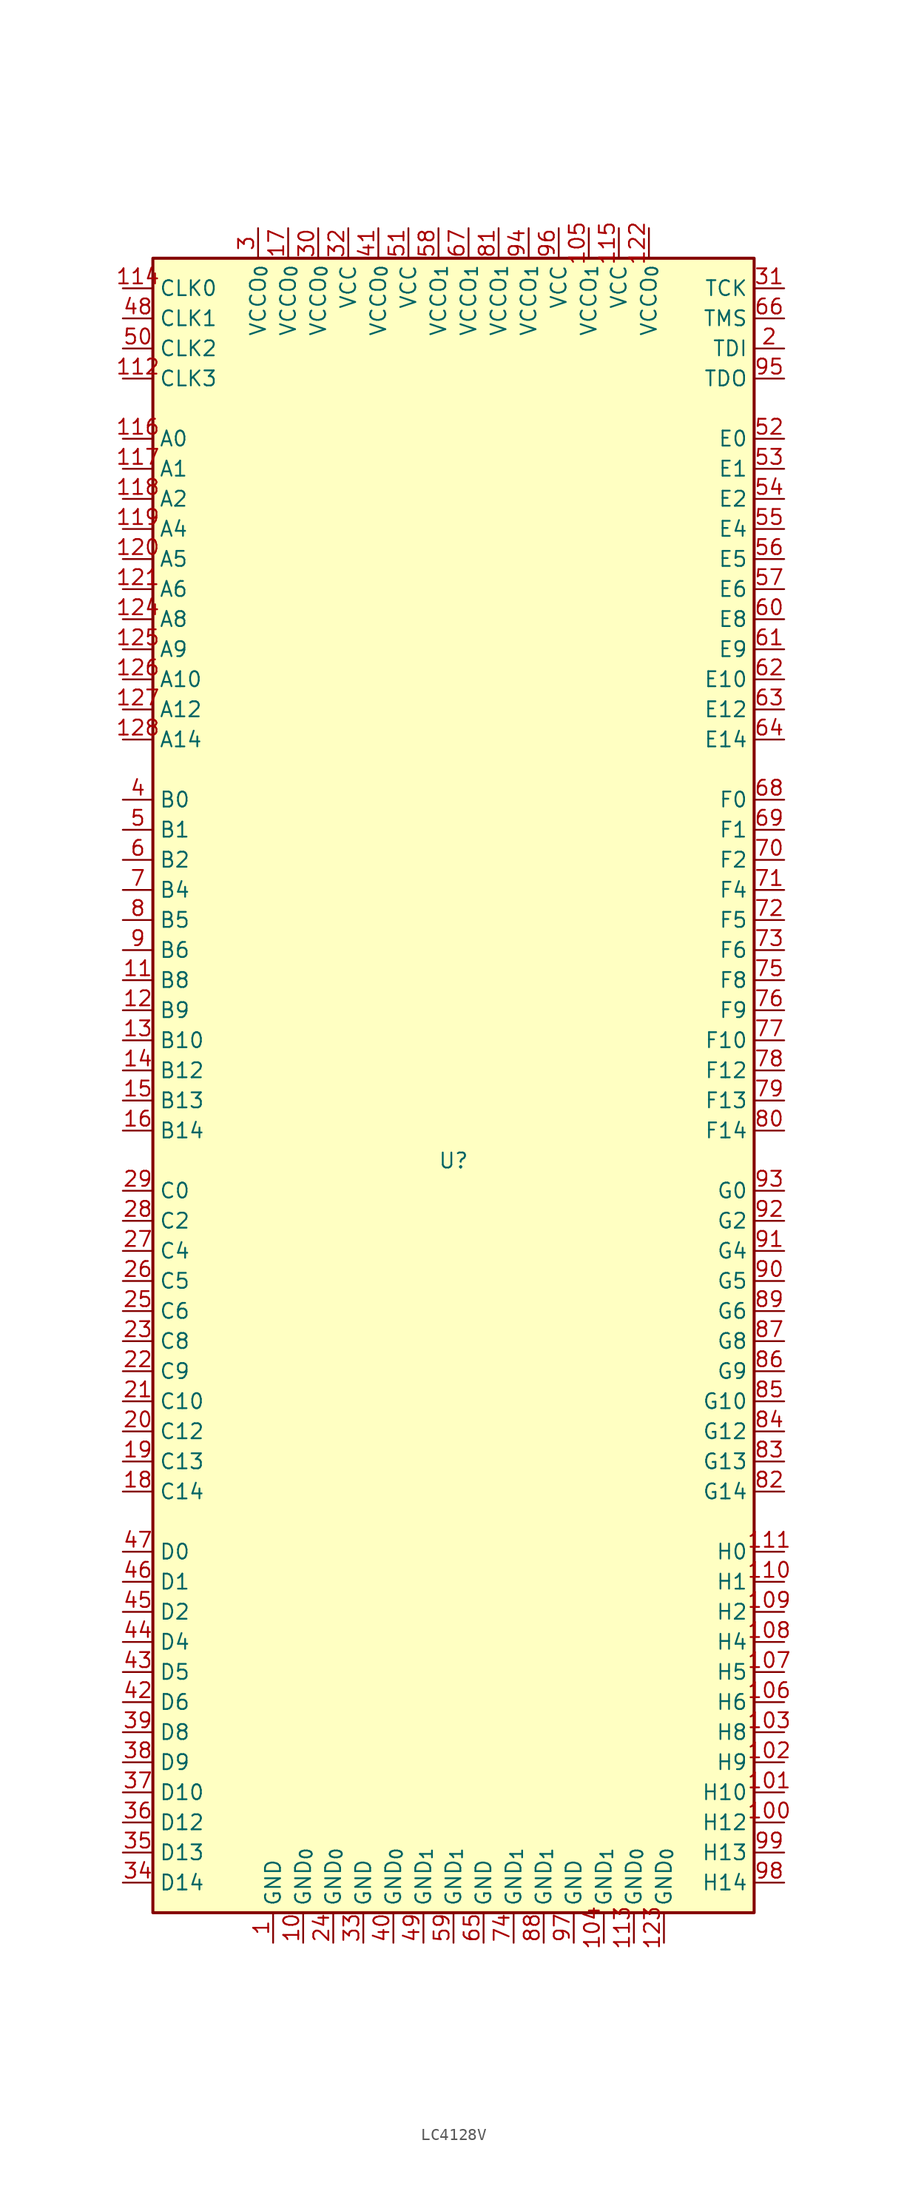
<source format=kicad_sym>
(kicad_symbol_lib
  (version 20241209)
  (generator "kicad_symbol_editor")
  (generator_version "9.0")
  (symbol "LC4128V"
    (property "Reference" "U"
      (at 0 0 0)
      (effects (font (size 1.27 1.27))))
    (property "Value" ""
      (at 0 0 0)
      (effects (font (size 1.27 1.27))))
    (symbol "LC4128V_1_1"
      (rectangle (start -25.4 76.2) (end 25.4 -63.5) (stroke (width 0.254) (type solid)) (fill (type background)))
      (pin input line (at -27.94 73.66 0) (length 2.54) (name "CLK0" (effects (font (size 1.27 1.27)))) (number "114" (effects (font (size 1.27 1.27)))))
      (pin input line (at -27.94 71.12 0) (length 2.54) (name "CLK1" (effects (font (size 1.27 1.27)))) (number "48" (effects (font (size 1.27 1.27)))))
      (pin input line (at -27.94 68.58 0) (length 2.54) (name "CLK2" (effects (font (size 1.27 1.27)))) (number "50" (effects (font (size 1.27 1.27)))))
      (pin input line (at -27.94 66.04 0) (length 2.54) (name "CLK3" (effects (font (size 1.27 1.27)))) (number "112" (effects (font (size 1.27 1.27)))))
      (pin bidirectional line (at -27.94 60.96 0) (length 2.54) (name "A0" (effects (font (size 1.27 1.27)))) (number "116" (effects (font (size 1.27 1.27)))))
      (pin bidirectional line (at -27.94 58.42 0) (length 2.54) (name "A1" (effects (font (size 1.27 1.27)))) (number "117" (effects (font (size 1.27 1.27)))))
      (pin bidirectional line (at -27.94 55.88 0) (length 2.54) (name "A2" (effects (font (size 1.27 1.27)))) (number "118" (effects (font (size 1.27 1.27)))))
      (pin bidirectional line (at -27.94 53.34 0) (length 2.54) (name "A4" (effects (font (size 1.27 1.27)))) (number "119" (effects (font (size 1.27 1.27)))))
      (pin bidirectional line (at -27.94 50.8 0) (length 2.54) (name "A5" (effects (font (size 1.27 1.27)))) (number "120" (effects (font (size 1.27 1.27)))))
      (pin bidirectional line (at -27.94 48.26 0) (length 2.54) (name "A6" (effects (font (size 1.27 1.27)))) (number "121" (effects (font (size 1.27 1.27)))))
      (pin bidirectional line (at -27.94 45.72 0) (length 2.54) (name "A8" (effects (font (size 1.27 1.27)))) (number "124" (effects (font (size 1.27 1.27)))))
      (pin bidirectional line (at -27.94 43.18 0) (length 2.54) (name "A9" (effects (font (size 1.27 1.27)))) (number "125" (effects (font (size 1.27 1.27)))))
      (pin bidirectional line (at -27.94 40.64 0) (length 2.54) (name "A10" (effects (font (size 1.27 1.27)))) (number "126" (effects (font (size 1.27 1.27)))))
      (pin bidirectional line (at -27.94 38.1 0) (length 2.54) (name "A12" (effects (font (size 1.27 1.27)))) (number "127" (effects (font (size 1.27 1.27)))))
      (pin bidirectional line (at -27.94 35.56 0) (length 2.54) (name "A14" (effects (font (size 1.27 1.27)))) (number "128" (effects (font (size 1.27 1.27)))))
      (pin bidirectional line (at -27.94 30.48 0) (length 2.54) (name "B0" (effects (font (size 1.27 1.27)))) (number "4" (effects (font (size 1.27 1.27)))))
      (pin bidirectional line (at -27.94 27.94 0) (length 2.54) (name "B1" (effects (font (size 1.27 1.27)))) (number "5" (effects (font (size 1.27 1.27)))))
      (pin bidirectional line (at -27.94 25.4 0) (length 2.54) (name "B2" (effects (font (size 1.27 1.27)))) (number "6" (effects (font (size 1.27 1.27)))))
      (pin bidirectional line (at -27.94 22.86 0) (length 2.54) (name "B4" (effects (font (size 1.27 1.27)))) (number "7" (effects (font (size 1.27 1.27)))))
      (pin bidirectional line (at -27.94 20.32 0) (length 2.54) (name "B5" (effects (font (size 1.27 1.27)))) (number "8" (effects (font (size 1.27 1.27)))))
      (pin bidirectional line (at -27.94 17.78 0) (length 2.54) (name "B6" (effects (font (size 1.27 1.27)))) (number "9" (effects (font (size 1.27 1.27)))))
      (pin bidirectional line (at -27.94 15.24 0) (length 2.54) (name "B8" (effects (font (size 1.27 1.27)))) (number "11" (effects (font (size 1.27 1.27)))))
      (pin bidirectional line (at -27.94 12.7 0) (length 2.54) (name "B9" (effects (font (size 1.27 1.27)))) (number "12" (effects (font (size 1.27 1.27)))))
      (pin bidirectional line (at -27.94 10.16 0) (length 2.54) (name "B10" (effects (font (size 1.27 1.27)))) (number "13" (effects (font (size 1.27 1.27)))))
      (pin bidirectional line (at -27.94 7.62 0) (length 2.54) (name "B12" (effects (font (size 1.27 1.27)))) (number "14" (effects (font (size 1.27 1.27)))))
      (pin bidirectional line (at -27.94 5.08 0) (length 2.54) (name "B13" (effects (font (size 1.27 1.27)))) (number "15" (effects (font (size 1.27 1.27)))))
      (pin bidirectional line (at -27.94 2.54 0) (length 2.54) (name "B14" (effects (font (size 1.27 1.27)))) (number "16" (effects (font (size 1.27 1.27)))))
      (pin bidirectional line (at -27.94 -2.54 0) (length 2.54) (name "C0" (effects (font (size 1.27 1.27)))) (number "29" (effects (font (size 1.27 1.27)))))
      (pin bidirectional line (at -27.94 -5.08 0) (length 2.54) (name "C2" (effects (font (size 1.27 1.27)))) (number "28" (effects (font (size 1.27 1.27)))))
      (pin bidirectional line (at -27.94 -7.62 0) (length 2.54) (name "C4" (effects (font (size 1.27 1.27)))) (number "27" (effects (font (size 1.27 1.27)))))
      (pin bidirectional line (at -27.94 -10.16 0) (length 2.54) (name "C5" (effects (font (size 1.27 1.27)))) (number "26" (effects (font (size 1.27 1.27)))))
      (pin bidirectional line (at -27.94 -12.7 0) (length 2.54) (name "C6" (effects (font (size 1.27 1.27)))) (number "25" (effects (font (size 1.27 1.27)))))
      (pin bidirectional line (at -27.94 -15.24 0) (length 2.54) (name "C8" (effects (font (size 1.27 1.27)))) (number "23" (effects (font (size 1.27 1.27)))))
      (pin bidirectional line (at -27.94 -17.78 0) (length 2.54) (name "C9" (effects (font (size 1.27 1.27)))) (number "22" (effects (font (size 1.27 1.27)))))
      (pin bidirectional line (at -27.94 -20.32 0) (length 2.54) (name "C10" (effects (font (size 1.27 1.27)))) (number "21" (effects (font (size 1.27 1.27)))))
      (pin bidirectional line (at -27.94 -22.86 0) (length 2.54) (name "C12" (effects (font (size 1.27 1.27)))) (number "20" (effects (font (size 1.27 1.27)))))
      (pin bidirectional line (at -27.94 -25.4 0) (length 2.54) (name "C13" (effects (font (size 1.27 1.27)))) (number "19" (effects (font (size 1.27 1.27)))))
      (pin bidirectional line (at -27.94 -27.94 0) (length 2.54) (name "C14" (effects (font (size 1.27 1.27)))) (number "18" (effects (font (size 1.27 1.27)))))
      (pin bidirectional line (at -27.94 -33.02 0) (length 2.54) (name "D0" (effects (font (size 1.27 1.27)))) (number "47" (effects (font (size 1.27 1.27)))))
      (pin bidirectional line (at -27.94 -35.56 0) (length 2.54) (name "D1" (effects (font (size 1.27 1.27)))) (number "46" (effects (font (size 1.27 1.27)))))
      (pin bidirectional line (at -27.94 -38.1 0) (length 2.54) (name "D2" (effects (font (size 1.27 1.27)))) (number "45" (effects (font (size 1.27 1.27)))))
      (pin bidirectional line (at -27.94 -40.64 0) (length 2.54) (name "D4" (effects (font (size 1.27 1.27)))) (number "44" (effects (font (size 1.27 1.27)))))
      (pin bidirectional line (at -27.94 -43.18 0) (length 2.54) (name "D5" (effects (font (size 1.27 1.27)))) (number "43" (effects (font (size 1.27 1.27)))))
      (pin bidirectional line (at -27.94 -45.72 0) (length 2.54) (name "D6" (effects (font (size 1.27 1.27)))) (number "42" (effects (font (size 1.27 1.27)))))
      (pin bidirectional line (at -27.94 -48.26 0) (length 2.54) (name "D8" (effects (font (size 1.27 1.27)))) (number "39" (effects (font (size 1.27 1.27)))))
      (pin bidirectional line (at -27.94 -50.8 0) (length 2.54) (name "D9" (effects (font (size 1.27 1.27)))) (number "38" (effects (font (size 1.27 1.27)))))
      (pin bidirectional line (at -27.94 -53.34 0) (length 2.54) (name "D10" (effects (font (size 1.27 1.27)))) (number "37" (effects (font (size 1.27 1.27)))))
      (pin bidirectional line (at -27.94 -55.88 0) (length 2.54) (name "D12" (effects (font (size 1.27 1.27)))) (number "36" (effects (font (size 1.27 1.27)))))
      (pin bidirectional line (at -27.94 -58.42 0) (length 2.54) (name "D13" (effects (font (size 1.27 1.27)))) (number "35" (effects (font (size 1.27 1.27)))))
      (pin bidirectional line (at -27.94 -60.96 0) (length 2.54) (name "D14" (effects (font (size 1.27 1.27)))) (number "34" (effects (font (size 1.27 1.27)))))
      (pin power_in line (at -16.51 78.74 270) (length 2.54) (name "VCCO_{0}" (effects (font (size 1.27 1.27)))) (number "3" (effects (font (size 1.27 1.27)))))
      (pin power_in line (at -15.24 -66.04 90) (length 2.54) (name "GND" (effects (font (size 1.27 1.27)))) (number "1" (effects (font (size 1.27 1.27)))))
      (pin power_in line (at -13.97 78.74 270) (length 2.54) (name "VCCO_{0}" (effects (font (size 1.27 1.27)))) (number "17" (effects (font (size 1.27 1.27)))))
      (pin power_in line (at -12.7 -66.04 90) (length 2.54) (name "GND_{0}" (effects (font (size 1.27 1.27)))) (number "10" (effects (font (size 1.27 1.27)))))
      (pin power_in line (at -11.43 78.74 270) (length 2.54) (name "VCCO_{0}" (effects (font (size 1.27 1.27)))) (number "30" (effects (font (size 1.27 1.27)))))
      (pin power_in line (at -10.16 -66.04 90) (length 2.54) (name "GND_{0}" (effects (font (size 1.27 1.27)))) (number "24" (effects (font (size 1.27 1.27)))))
      (pin power_in line (at -8.89 78.74 270) (length 2.54) (name "VCC" (effects (font (size 1.27 1.27)))) (number "32" (effects (font (size 1.27 1.27)))))
      (pin power_in line (at -7.62 -66.04 90) (length 2.54) (name "GND" (effects (font (size 1.27 1.27)))) (number "33" (effects (font (size 1.27 1.27)))))
      (pin power_in line (at -6.35 78.74 270) (length 2.54) (name "VCCO_{0}" (effects (font (size 1.27 1.27)))) (number "41" (effects (font (size 1.27 1.27)))))
      (pin power_in line (at -5.08 -66.04 90) (length 2.54) (name "GND_{0}" (effects (font (size 1.27 1.27)))) (number "40" (effects (font (size 1.27 1.27)))))
      (pin power_in line (at -3.81 78.74 270) (length 2.54) (name "VCC" (effects (font (size 1.27 1.27)))) (number "51" (effects (font (size 1.27 1.27)))))
      (pin power_in line (at -2.54 -66.04 90) (length 2.54) (name "GND_{1}" (effects (font (size 1.27 1.27)))) (number "49" (effects (font (size 1.27 1.27)))))
      (pin power_in line (at -1.27 78.74 270) (length 2.54) (name "VCCO_{1}" (effects (font (size 1.27 1.27)))) (number "58" (effects (font (size 1.27 1.27)))))
      (pin power_in line (at 0 -66.04 90) (length 2.54) (name "GND_{1}" (effects (font (size 1.27 1.27)))) (number "59" (effects (font (size 1.27 1.27)))))
      (pin power_in line (at 1.27 78.74 270) (length 2.54) (name "VCCO_{1}" (effects (font (size 1.27 1.27)))) (number "67" (effects (font (size 1.27 1.27)))))
      (pin power_in line (at 2.54 -66.04 90) (length 2.54) (name "GND" (effects (font (size 1.27 1.27)))) (number "65" (effects (font (size 1.27 1.27)))))
      (pin power_in line (at 3.81 78.74 270) (length 2.54) (name "VCCO_{1}" (effects (font (size 1.27 1.27)))) (number "81" (effects (font (size 1.27 1.27)))))
      (pin power_in line (at 5.08 -66.04 90) (length 2.54) (name "GND_{1}" (effects (font (size 1.27 1.27)))) (number "74" (effects (font (size 1.27 1.27)))))
      (pin power_in line (at 6.35 78.74 270) (length 2.54) (name "VCCO_{1}" (effects (font (size 1.27 1.27)))) (number "94" (effects (font (size 1.27 1.27)))))
      (pin power_in line (at 7.62 -66.04 90) (length 2.54) (name "GND_{1}" (effects (font (size 1.27 1.27)))) (number "88" (effects (font (size 1.27 1.27)))))
      (pin power_in line (at 8.89 78.74 270) (length 2.54) (name "VCC" (effects (font (size 1.27 1.27)))) (number "96" (effects (font (size 1.27 1.27)))))
      (pin power_in line (at 10.16 -66.04 90) (length 2.54) (name "GND" (effects (font (size 1.27 1.27)))) (number "97" (effects (font (size 1.27 1.27)))))
      (pin power_in line (at 11.43 78.74 270) (length 2.54) (name "VCCO_{1}" (effects (font (size 1.27 1.27)))) (number "105" (effects (font (size 1.27 1.27)))))
      (pin power_in line (at 12.7 -66.04 90) (length 2.54) (name "GND_{1}" (effects (font (size 1.27 1.27)))) (number "104" (effects (font (size 1.27 1.27)))))
      (pin power_in line (at 13.97 78.74 270) (length 2.54) (name "VCC" (effects (font (size 1.27 1.27)))) (number "115" (effects (font (size 1.27 1.27)))))
      (pin power_in line (at 15.24 -66.04 90) (length 2.54) (name "GND_{0}" (effects (font (size 1.27 1.27)))) (number "113" (effects (font (size 1.27 1.27)))))
      (pin power_in line (at 16.51 78.74 270) (length 2.54) (name "VCCO_{0}" (effects (font (size 1.27 1.27)))) (number "122" (effects (font (size 1.27 1.27)))))
      (pin power_in line (at 17.78 -66.04 90) (length 2.54) (name "GND_{0}" (effects (font (size 1.27 1.27)))) (number "123" (effects (font (size 1.27 1.27)))))
      (pin input line (at 27.94 73.66 180) (length 2.54) (name "TCK" (effects (font (size 1.27 1.27)))) (number "31" (effects (font (size 1.27 1.27)))))
      (pin input line (at 27.94 71.12 180) (length 2.54) (name "TMS" (effects (font (size 1.27 1.27)))) (number "66" (effects (font (size 1.27 1.27)))))
      (pin input line (at 27.94 68.58 180) (length 2.54) (name "TDI" (effects (font (size 1.27 1.27)))) (number "2" (effects (font (size 1.27 1.27)))))
      (pin output line (at 27.94 66.04 180) (length 2.54) (name "TDO" (effects (font (size 1.27 1.27)))) (number "95" (effects (font (size 1.27 1.27)))))
      (pin bidirectional line (at 27.94 60.96 180) (length 2.54) (name "E0" (effects (font (size 1.27 1.27)))) (number "52" (effects (font (size 1.27 1.27)))))
      (pin bidirectional line (at 27.94 58.42 180) (length 2.54) (name "E1" (effects (font (size 1.27 1.27)))) (number "53" (effects (font (size 1.27 1.27)))))
      (pin bidirectional line (at 27.94 55.88 180) (length 2.54) (name "E2" (effects (font (size 1.27 1.27)))) (number "54" (effects (font (size 1.27 1.27)))))
      (pin bidirectional line (at 27.94 53.34 180) (length 2.54) (name "E4" (effects (font (size 1.27 1.27)))) (number "55" (effects (font (size 1.27 1.27)))))
      (pin bidirectional line (at 27.94 50.8 180) (length 2.54) (name "E5" (effects (font (size 1.27 1.27)))) (number "56" (effects (font (size 1.27 1.27)))))
      (pin bidirectional line (at 27.94 48.26 180) (length 2.54) (name "E6" (effects (font (size 1.27 1.27)))) (number "57" (effects (font (size 1.27 1.27)))))
      (pin bidirectional line (at 27.94 45.72 180) (length 2.54) (name "E8" (effects (font (size 1.27 1.27)))) (number "60" (effects (font (size 1.27 1.27)))))
      (pin bidirectional line (at 27.94 43.18 180) (length 2.54) (name "E9" (effects (font (size 1.27 1.27)))) (number "61" (effects (font (size 1.27 1.27)))))
      (pin bidirectional line (at 27.94 40.64 180) (length 2.54) (name "E10" (effects (font (size 1.27 1.27)))) (number "62" (effects (font (size 1.27 1.27)))))
      (pin bidirectional line (at 27.94 38.1 180) (length 2.54) (name "E12" (effects (font (size 1.27 1.27)))) (number "63" (effects (font (size 1.27 1.27)))))
      (pin bidirectional line (at 27.94 35.56 180) (length 2.54) (name "E14" (effects (font (size 1.27 1.27)))) (number "64" (effects (font (size 1.27 1.27)))))
      (pin bidirectional line (at 27.94 30.48 180) (length 2.54) (name "F0" (effects (font (size 1.27 1.27)))) (number "68" (effects (font (size 1.27 1.27)))))
      (pin bidirectional line (at 27.94 27.94 180) (length 2.54) (name "F1" (effects (font (size 1.27 1.27)))) (number "69" (effects (font (size 1.27 1.27)))))
      (pin bidirectional line (at 27.94 25.4 180) (length 2.54) (name "F2" (effects (font (size 1.27 1.27)))) (number "70" (effects (font (size 1.27 1.27)))))
      (pin bidirectional line (at 27.94 22.86 180) (length 2.54) (name "F4" (effects (font (size 1.27 1.27)))) (number "71" (effects (font (size 1.27 1.27)))))
      (pin bidirectional line (at 27.94 20.32 180) (length 2.54) (name "F5" (effects (font (size 1.27 1.27)))) (number "72" (effects (font (size 1.27 1.27)))))
      (pin bidirectional line (at 27.94 17.78 180) (length 2.54) (name "F6" (effects (font (size 1.27 1.27)))) (number "73" (effects (font (size 1.27 1.27)))))
      (pin bidirectional line (at 27.94 15.24 180) (length 2.54) (name "F8" (effects (font (size 1.27 1.27)))) (number "75" (effects (font (size 1.27 1.27)))))
      (pin bidirectional line (at 27.94 12.7 180) (length 2.54) (name "F9" (effects (font (size 1.27 1.27)))) (number "76" (effects (font (size 1.27 1.27)))))
      (pin bidirectional line (at 27.94 10.16 180) (length 2.54) (name "F10" (effects (font (size 1.27 1.27)))) (number "77" (effects (font (size 1.27 1.27)))))
      (pin bidirectional line (at 27.94 7.62 180) (length 2.54) (name "F12" (effects (font (size 1.27 1.27)))) (number "78" (effects (font (size 1.27 1.27)))))
      (pin bidirectional line (at 27.94 5.08 180) (length 2.54) (name "F13" (effects (font (size 1.27 1.27)))) (number "79" (effects (font (size 1.27 1.27)))))
      (pin bidirectional line (at 27.94 2.54 180) (length 2.54) (name "F14" (effects (font (size 1.27 1.27)))) (number "80" (effects (font (size 1.27 1.27)))))
      (pin bidirectional line (at 27.94 -2.54 180) (length 2.54) (name "G0" (effects (font (size 1.27 1.27)))) (number "93" (effects (font (size 1.27 1.27)))))
      (pin bidirectional line (at 27.94 -5.08 180) (length 2.54) (name "G2" (effects (font (size 1.27 1.27)))) (number "92" (effects (font (size 1.27 1.27)))))
      (pin bidirectional line (at 27.94 -7.62 180) (length 2.54) (name "G4" (effects (font (size 1.27 1.27)))) (number "91" (effects (font (size 1.27 1.27)))))
      (pin bidirectional line (at 27.94 -10.16 180) (length 2.54) (name "G5" (effects (font (size 1.27 1.27)))) (number "90" (effects (font (size 1.27 1.27)))))
      (pin bidirectional line (at 27.94 -12.7 180) (length 2.54) (name "G6" (effects (font (size 1.27 1.27)))) (number "89" (effects (font (size 1.27 1.27)))))
      (pin bidirectional line (at 27.94 -15.24 180) (length 2.54) (name "G8" (effects (font (size 1.27 1.27)))) (number "87" (effects (font (size 1.27 1.27)))))
      (pin bidirectional line (at 27.94 -17.78 180) (length 2.54) (name "G9" (effects (font (size 1.27 1.27)))) (number "86" (effects (font (size 1.27 1.27)))))
      (pin bidirectional line (at 27.94 -20.32 180) (length 2.54) (name "G10" (effects (font (size 1.27 1.27)))) (number "85" (effects (font (size 1.27 1.27)))))
      (pin bidirectional line (at 27.94 -22.86 180) (length 2.54) (name "G12" (effects (font (size 1.27 1.27)))) (number "84" (effects (font (size 1.27 1.27)))))
      (pin bidirectional line (at 27.94 -25.4 180) (length 2.54) (name "G13" (effects (font (size 1.27 1.27)))) (number "83" (effects (font (size 1.27 1.27)))))
      (pin bidirectional line (at 27.94 -27.94 180) (length 2.54) (name "G14" (effects (font (size 1.27 1.27)))) (number "82" (effects (font (size 1.27 1.27)))))
      (pin bidirectional line (at 27.94 -33.02 180) (length 2.54) (name "H0" (effects (font (size 1.27 1.27)))) (number "111" (effects (font (size 1.27 1.27)))))
      (pin bidirectional line (at 27.94 -35.56 180) (length 2.54) (name "H1" (effects (font (size 1.27 1.27)))) (number "110" (effects (font (size 1.27 1.27)))))
      (pin bidirectional line (at 27.94 -38.1 180) (length 2.54) (name "H2" (effects (font (size 1.27 1.27)))) (number "109" (effects (font (size 1.27 1.27)))))
      (pin bidirectional line (at 27.94 -40.64 180) (length 2.54) (name "H4" (effects (font (size 1.27 1.27)))) (number "108" (effects (font (size 1.27 1.27)))))
      (pin bidirectional line (at 27.94 -43.18 180) (length 2.54) (name "H5" (effects (font (size 1.27 1.27)))) (number "107" (effects (font (size 1.27 1.27)))))
      (pin bidirectional line (at 27.94 -45.72 180) (length 2.54) (name "H6" (effects (font (size 1.27 1.27)))) (number "106" (effects (font (size 1.27 1.27)))))
      (pin bidirectional line (at 27.94 -48.26 180) (length 2.54) (name "H8" (effects (font (size 1.27 1.27)))) (number "103" (effects (font (size 1.27 1.27)))))
      (pin bidirectional line (at 27.94 -50.8 180) (length 2.54) (name "H9" (effects (font (size 1.27 1.27)))) (number "102" (effects (font (size 1.27 1.27)))))
      (pin bidirectional line (at 27.94 -53.34 180) (length 2.54) (name "H10" (effects (font (size 1.27 1.27)))) (number "101" (effects (font (size 1.27 1.27)))))
      (pin bidirectional line (at 27.94 -55.88 180) (length 2.54) (name "H12" (effects (font (size 1.27 1.27)))) (number "100" (effects (font (size 1.27 1.27)))))
      (pin bidirectional line (at 27.94 -58.42 180) (length 2.54) (name "H13" (effects (font (size 1.27 1.27)))) (number "99" (effects (font (size 1.27 1.27)))))
      (pin bidirectional line (at 27.94 -60.96 180) (length 2.54) (name "H14" (effects (font (size 1.27 1.27)))) (number "98" (effects (font (size 1.27 1.27))))))))
</source>
